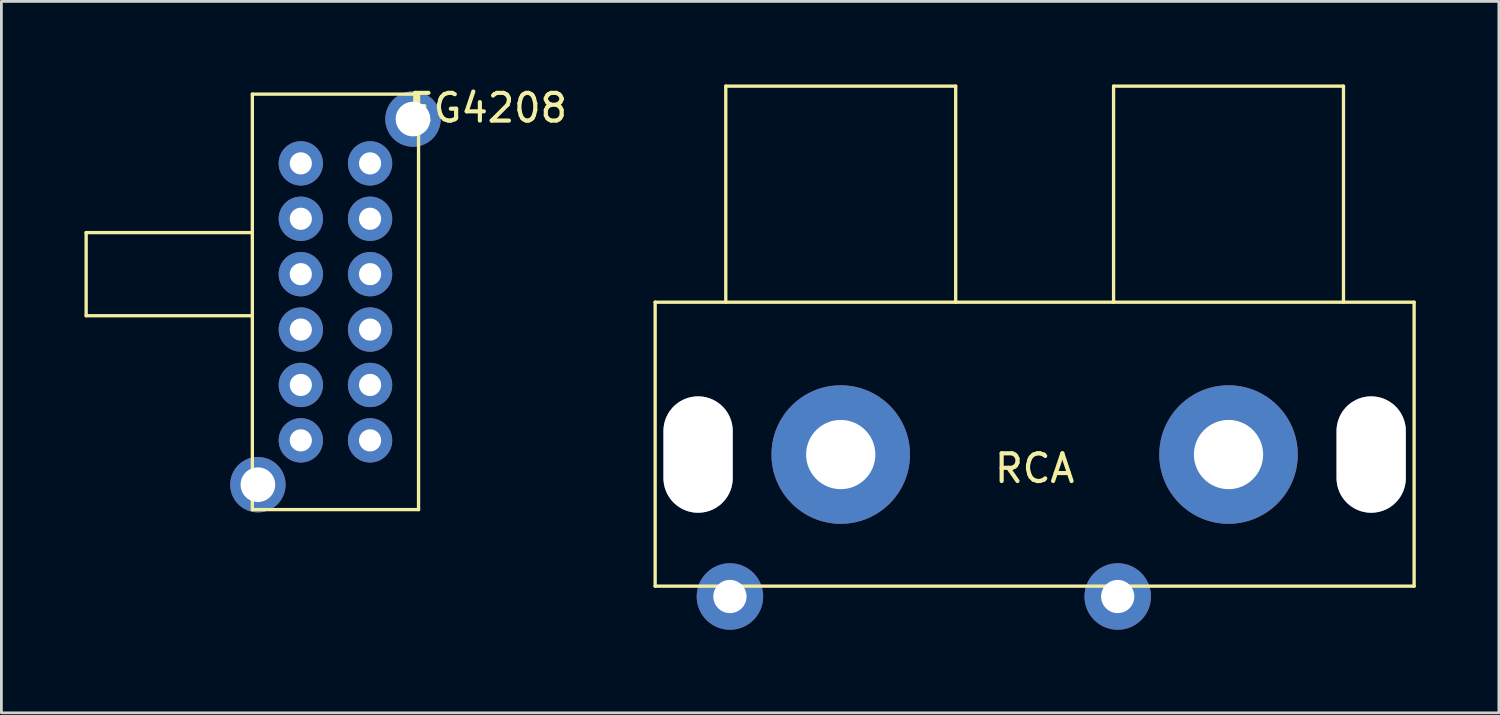
<source format=kicad_pcb>
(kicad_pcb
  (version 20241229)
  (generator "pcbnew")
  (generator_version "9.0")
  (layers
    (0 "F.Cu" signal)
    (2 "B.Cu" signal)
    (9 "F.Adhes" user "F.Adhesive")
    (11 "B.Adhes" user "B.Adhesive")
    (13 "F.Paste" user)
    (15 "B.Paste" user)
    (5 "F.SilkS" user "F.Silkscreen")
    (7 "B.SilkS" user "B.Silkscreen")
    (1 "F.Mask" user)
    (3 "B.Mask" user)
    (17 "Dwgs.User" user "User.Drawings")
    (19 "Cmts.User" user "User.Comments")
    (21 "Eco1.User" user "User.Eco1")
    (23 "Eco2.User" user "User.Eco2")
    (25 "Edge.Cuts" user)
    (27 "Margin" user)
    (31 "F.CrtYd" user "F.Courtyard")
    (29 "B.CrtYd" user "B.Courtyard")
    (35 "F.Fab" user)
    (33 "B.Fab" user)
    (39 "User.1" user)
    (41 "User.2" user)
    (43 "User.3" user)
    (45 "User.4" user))
  (footprint "EG4208"
    (layer "F.Cu")
    (at 9.06 7.848)
    (property "Reference" "EG4208" (at 5.5 -7 0) (layer "F.SilkS") (effects (font (size 1 1) (thickness 0.15))))
    (attr through_hole)
    (fp_line (start -9 -2.5) (end -9 0.5) (stroke (width 0.12) (type solid)) (layer "F.SilkS"))
    (fp_line (start -9 0.5) (end -3 0.5) (stroke (width 0.12) (type solid)) (layer "F.SilkS"))
    (fp_line (start -3 -7.5) (end 3 -7.5) (stroke (width 0.12) (type solid)) (layer "F.SilkS"))
    (fp_line (start -3 -2.5) (end -9 -2.5) (stroke (width 0.12) (type solid)) (layer "F.SilkS"))
    (fp_line (start -3 7.5) (end -3 -7.5) (stroke (width 0.12) (type solid)) (layer "F.SilkS"))
    (fp_line (start 3 -7.5) (end 3 7.5) (stroke (width 0.12) (type solid)) (layer "F.SilkS"))
    (fp_line (start 3 7.5) (end -3 7.5) (stroke (width 0.12) (type solid)) (layer "F.SilkS"))
    (pad "1" thru_hole circle (at -1.25 -5) (size 1.6 1.6) (drill 0.8) (layers "*.Cu" "*.Mask"))
    (pad "2" thru_hole circle (at -1.25 -3) (size 1.6 1.6) (drill 0.8) (layers "*.Cu" "*.Mask"))
    (pad "3" thru_hole circle (at -1.25 -1) (size 1.6 1.6) (drill 0.8) (layers "*.Cu" "*.Mask"))
    (pad "4" thru_hole circle (at -1.25 1) (size 1.6 1.6) (drill 0.8) (layers "*.Cu" "*.Mask"))
    (pad "5" thru_hole circle (at -1.25 3) (size 1.6 1.6) (drill 0.8) (layers "*.Cu" "*.Mask"))
    (pad "6" thru_hole circle (at -1.25 5) (size 1.6 1.6) (drill 0.8) (layers "*.Cu" "*.Mask"))
    (pad "7" thru_hole circle (at 1.25 -5) (size 1.6 1.6) (drill 0.8) (layers "*.Cu" "*.Mask"))
    (pad "8" thru_hole circle (at 1.25 -3) (size 1.6 1.6) (drill 0.8) (layers "*.Cu" "*.Mask"))
    (pad "9" thru_hole circle (at 1.25 -1) (size 1.6 1.6) (drill 0.8) (layers "*.Cu" "*.Mask"))
    (pad "10" thru_hole circle (at 1.25 1) (size 1.6 1.6) (drill 0.8) (layers "*.Cu" "*.Mask"))
    (pad "11" thru_hole circle (at 1.25 3) (size 1.6 1.6) (drill 0.8) (layers "*.Cu" "*.Mask"))
    (pad "12" thru_hole circle (at 1.25 5) (size 1.6 1.6) (drill 0.8) (layers "*.Cu" "*.Mask"))
    (pad "GND" thru_hole circle (at -2.8 6.6) (size 2 2) (drill 1.25) (layers "*.Cu" "*.Mask"))
    (pad "GND" thru_hole circle (at 2.8 -6.6) (size 2 2) (drill 1.25) (layers "*.Cu" "*.Mask")))
  (footprint "RCA"
    (layer "F.Cu")
    (at 34.302 13.36)
    (property "Reference" "RCA" (at 0 0.5 0) (layer "F.SilkS") (effects (font (size 1 1) (thickness 0.15))))
    (attr through_hole)
    (fp_line (start -13.7 -5.5) (end -13.7 4.75) (stroke (width 0.12) (type solid)) (layer "F.SilkS"))
    (fp_line (start -13.7 -5.5) (end 13.7 -5.5) (stroke (width 0.12) (type solid)) (layer "F.SilkS"))
    (fp_line (start -13.7 4.75) (end 13.7 4.75) (stroke (width 0.12) (type solid)) (layer "F.SilkS"))
    (fp_line (start -11.15 -13.3) (end -2.85 -13.3) (stroke (width 0.12) (type solid)) (layer "F.SilkS"))
    (fp_line (start -11.15 -5.5) (end -11.15 -13.3) (stroke (width 0.12) (type solid)) (layer "F.SilkS"))
    (fp_line (start -2.85 -13.3) (end -2.85 -5.5) (stroke (width 0.12) (type solid)) (layer "F.SilkS"))
    (fp_line (start 2.85 -13.3) (end 11.15 -13.3) (stroke (width 0.12) (type solid)) (layer "F.SilkS"))
    (fp_line (start 2.85 -5.5) (end 2.85 -13.3) (stroke (width 0.12) (type solid)) (layer "F.SilkS"))
    (fp_line (start 11.15 -13.3) (end 11.15 -5.5) (stroke (width 0.12) (type solid)) (layer "F.SilkS"))
    (fp_line (start 13.7 -5.5) (end 13.7 4.75) (stroke (width 0.12) (type solid)) (layer "F.SilkS"))
    (pad "1" thru_hole circle (at -11 5.125) (size 2.4 2.4) (drill 1.2) (layers "*.Cu" "*.Mask"))
    (pad "2" thru_hole circle (at 3 5.125) (size 2.4 2.4) (drill 1.2) (layers "*.Cu" "*.Mask"))
    (pad "3" thru_hole circle (at -7 0) (size 5 5) (drill 2.5) (layers "*.Cu" "*.Mask"))
    (pad "3" thru_hole circle (at 7 0) (size 5 5) (drill 2.5) (layers "*.Cu" "*.Mask"))
    (pad "4" thru_hole oval (at -12.15 0) (size 2.5 4.2) (drill oval 2.5 4.2) (layers "*.Cu" "*.Mask"))
    (pad "5" thru_hole oval (at 12.15 0) (size 2.5 4.2) (drill oval 2.5 4.2) (layers "*.Cu" "*.Mask")))
  (gr_rect
    (start -3 -3)
    (end 51.062 22.685)
    (stroke (width 0.1) (type default))
    (fill no)
    (layer "Edge.Cuts")))
</source>
